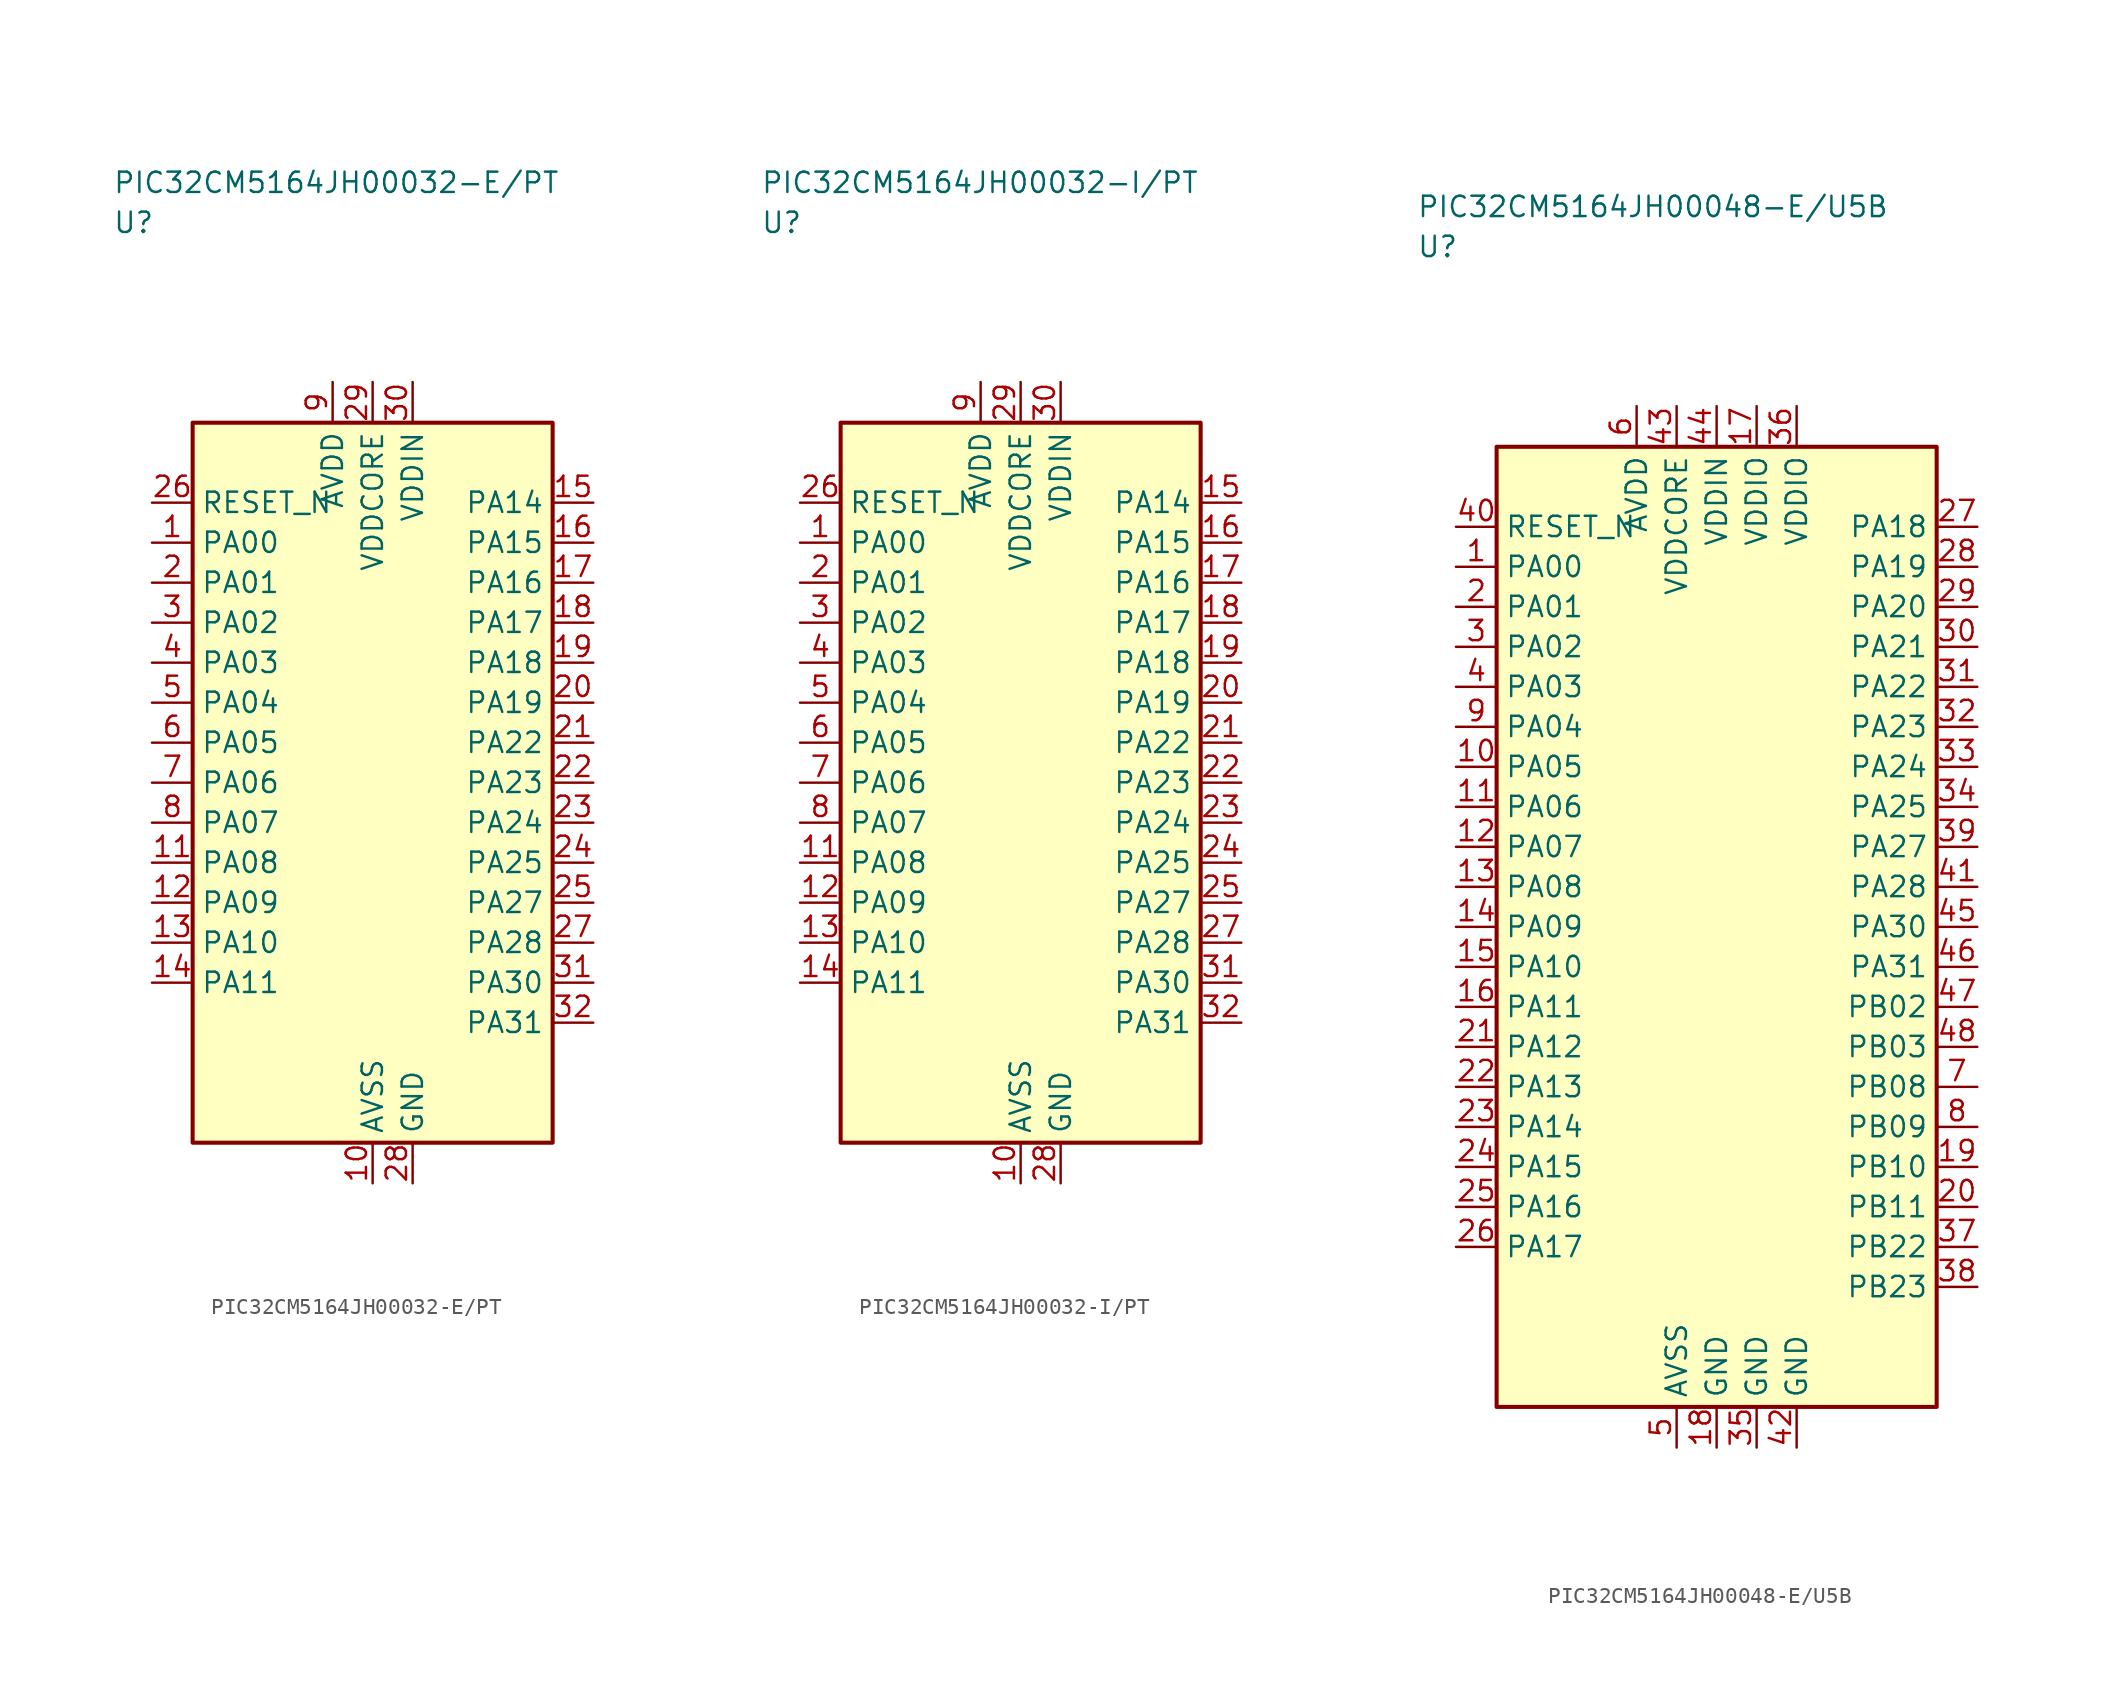
<source format=kicad_sym>
(kicad_symbol_lib
  (version 20241025)
  (generator "kicad_symbol_editor")
  (generator_version "8.0")
  (symbol "PIC32CM5164JH00032-E/PT"
    (property "Reference" "U"
      (at -16.25 35.0 0)
      (effects (font (size 1.27 1.27)) (justify left)))
    (property "Value" "PIC32CM5164JH00032-E/PT"
      (at -16.25 37.5 0)
      (effects (font (size 1.27 1.27)) (justify left)))
    (symbol "PIC32CM5164JH00032-E/PT_0_1"
      (rectangle (start -11.25 22.5) (end 11.25 -22.5) (stroke (width 0.254) (type default)) (fill (type background))))
    (symbol "PIC32CM5164JH00032-E/PT_1_1"
      (pin bidirectional line (at -13.79 15.0 0.0) (length 2.54) (name "PA00" (effects (font (size 1.27 1.27)))) (number "1" (effects (font (size 1.27 1.27)))))
      (pin bidirectional line (at -13.79 12.5 0.0) (length 2.54) (name "PA01" (effects (font (size 1.27 1.27)))) (number "2" (effects (font (size 1.27 1.27)))))
      (pin bidirectional line (at -13.79 10.0 0.0) (length 2.54) (name "PA02" (effects (font (size 1.27 1.27)))) (number "3" (effects (font (size 1.27 1.27)))))
      (pin bidirectional line (at -13.79 7.5 0.0) (length 2.54) (name "PA03" (effects (font (size 1.27 1.27)))) (number "4" (effects (font (size 1.27 1.27)))))
      (pin bidirectional line (at -13.79 5.0 0.0) (length 2.54) (name "PA04" (effects (font (size 1.27 1.27)))) (number "5" (effects (font (size 1.27 1.27)))))
      (pin bidirectional line (at -13.79 2.5 0.0) (length 2.54) (name "PA05" (effects (font (size 1.27 1.27)))) (number "6" (effects (font (size 1.27 1.27)))))
      (pin bidirectional line (at -13.79 0.0 0.0) (length 2.54) (name "PA06" (effects (font (size 1.27 1.27)))) (number "7" (effects (font (size 1.27 1.27)))))
      (pin bidirectional line (at -13.79 -2.5 0.0) (length 2.54) (name "PA07" (effects (font (size 1.27 1.27)))) (number "8" (effects (font (size 1.27 1.27)))))
      (pin power_in line (at -2.5 25.04 270.0) (length 2.54) (name "AVDD" (effects (font (size 1.27 1.27)))) (number "9" (effects (font (size 1.27 1.27)))))
      (pin passive line (at 0.0 -25.04 90.0) (length 2.54) (name "AVSS" (effects (font (size 1.27 1.27)))) (number "10" (effects (font (size 1.27 1.27)))))
      (pin bidirectional line (at -13.79 -5.0 0.0) (length 2.54) (name "PA08" (effects (font (size 1.27 1.27)))) (number "11" (effects (font (size 1.27 1.27)))))
      (pin bidirectional line (at -13.79 -7.5 0.0) (length 2.54) (name "PA09" (effects (font (size 1.27 1.27)))) (number "12" (effects (font (size 1.27 1.27)))))
      (pin bidirectional line (at -13.79 -10.0 0.0) (length 2.54) (name "PA10" (effects (font (size 1.27 1.27)))) (number "13" (effects (font (size 1.27 1.27)))))
      (pin bidirectional line (at -13.79 -12.5 0.0) (length 2.54) (name "PA11" (effects (font (size 1.27 1.27)))) (number "14" (effects (font (size 1.27 1.27)))))
      (pin bidirectional line (at 13.79 17.5 180.0) (length 2.54) (name "PA14" (effects (font (size 1.27 1.27)))) (number "15" (effects (font (size 1.27 1.27)))))
      (pin bidirectional line (at 13.79 15.0 180.0) (length 2.54) (name "PA15" (effects (font (size 1.27 1.27)))) (number "16" (effects (font (size 1.27 1.27)))))
      (pin bidirectional line (at 13.79 12.5 180.0) (length 2.54) (name "PA16" (effects (font (size 1.27 1.27)))) (number "17" (effects (font (size 1.27 1.27)))))
      (pin bidirectional line (at 13.79 10.0 180.0) (length 2.54) (name "PA17" (effects (font (size 1.27 1.27)))) (number "18" (effects (font (size 1.27 1.27)))))
      (pin bidirectional line (at 13.79 7.5 180.0) (length 2.54) (name "PA18" (effects (font (size 1.27 1.27)))) (number "19" (effects (font (size 1.27 1.27)))))
      (pin bidirectional line (at 13.79 5.0 180.0) (length 2.54) (name "PA19" (effects (font (size 1.27 1.27)))) (number "20" (effects (font (size 1.27 1.27)))))
      (pin bidirectional line (at 13.79 2.5 180.0) (length 2.54) (name "PA22" (effects (font (size 1.27 1.27)))) (number "21" (effects (font (size 1.27 1.27)))))
      (pin bidirectional line (at 13.79 0.0 180.0) (length 2.54) (name "PA23" (effects (font (size 1.27 1.27)))) (number "22" (effects (font (size 1.27 1.27)))))
      (pin bidirectional line (at 13.79 -2.5 180.0) (length 2.54) (name "PA24" (effects (font (size 1.27 1.27)))) (number "23" (effects (font (size 1.27 1.27)))))
      (pin bidirectional line (at 13.79 -5.0 180.0) (length 2.54) (name "PA25" (effects (font (size 1.27 1.27)))) (number "24" (effects (font (size 1.27 1.27)))))
      (pin bidirectional line (at 13.79 -7.5 180.0) (length 2.54) (name "PA27" (effects (font (size 1.27 1.27)))) (number "25" (effects (font (size 1.27 1.27)))))
      (pin input line (at -13.79 17.5 0.0) (length 2.54) (name "RESET_N" (effects (font (size 1.27 1.27)))) (number "26" (effects (font (size 1.27 1.27)))))
      (pin bidirectional line (at 13.79 -10.0 180.0) (length 2.54) (name "PA28" (effects (font (size 1.27 1.27)))) (number "27" (effects (font (size 1.27 1.27)))))
      (pin passive line (at 2.5 -25.04 90.0) (length 2.54) (name "GND" (effects (font (size 1.27 1.27)))) (number "28" (effects (font (size 1.27 1.27)))))
      (pin power_in line (at 0.0 25.04 270.0) (length 2.54) (name "VDDCORE" (effects (font (size 1.27 1.27)))) (number "29" (effects (font (size 1.27 1.27)))))
      (pin power_in line (at 2.5 25.04 270.0) (length 2.54) (name "VDDIN" (effects (font (size 1.27 1.27)))) (number "30" (effects (font (size 1.27 1.27)))))
      (pin bidirectional line (at 13.79 -12.5 180.0) (length 2.54) (name "PA30" (effects (font (size 1.27 1.27)))) (number "31" (effects (font (size 1.27 1.27)))))
      (pin bidirectional line (at 13.79 -15.0 180.0) (length 2.54) (name "PA31" (effects (font (size 1.27 1.27)))) (number "32" (effects (font (size 1.27 1.27)))))))
  (symbol "PIC32CM5164JH00032-I/PT"
    (property "Reference" "U"
      (at -16.25 35.0 0)
      (effects (font (size 1.27 1.27)) (justify left)))
    (property "Value" "PIC32CM5164JH00032-I/PT"
      (at -16.25 37.5 0)
      (effects (font (size 1.27 1.27)) (justify left)))
    (symbol "PIC32CM5164JH00032-I/PT_0_1"
      (rectangle (start -11.25 22.5) (end 11.25 -22.5) (stroke (width 0.254) (type default)) (fill (type background))))
    (symbol "PIC32CM5164JH00032-I/PT_1_1"
      (pin bidirectional line (at -13.79 15.0 0.0) (length 2.54) (name "PA00" (effects (font (size 1.27 1.27)))) (number "1" (effects (font (size 1.27 1.27)))))
      (pin bidirectional line (at -13.79 12.5 0.0) (length 2.54) (name "PA01" (effects (font (size 1.27 1.27)))) (number "2" (effects (font (size 1.27 1.27)))))
      (pin bidirectional line (at -13.79 10.0 0.0) (length 2.54) (name "PA02" (effects (font (size 1.27 1.27)))) (number "3" (effects (font (size 1.27 1.27)))))
      (pin bidirectional line (at -13.79 7.5 0.0) (length 2.54) (name "PA03" (effects (font (size 1.27 1.27)))) (number "4" (effects (font (size 1.27 1.27)))))
      (pin bidirectional line (at -13.79 5.0 0.0) (length 2.54) (name "PA04" (effects (font (size 1.27 1.27)))) (number "5" (effects (font (size 1.27 1.27)))))
      (pin bidirectional line (at -13.79 2.5 0.0) (length 2.54) (name "PA05" (effects (font (size 1.27 1.27)))) (number "6" (effects (font (size 1.27 1.27)))))
      (pin bidirectional line (at -13.79 0.0 0.0) (length 2.54) (name "PA06" (effects (font (size 1.27 1.27)))) (number "7" (effects (font (size 1.27 1.27)))))
      (pin bidirectional line (at -13.79 -2.5 0.0) (length 2.54) (name "PA07" (effects (font (size 1.27 1.27)))) (number "8" (effects (font (size 1.27 1.27)))))
      (pin power_in line (at -2.5 25.04 270.0) (length 2.54) (name "AVDD" (effects (font (size 1.27 1.27)))) (number "9" (effects (font (size 1.27 1.27)))))
      (pin passive line (at 0.0 -25.04 90.0) (length 2.54) (name "AVSS" (effects (font (size 1.27 1.27)))) (number "10" (effects (font (size 1.27 1.27)))))
      (pin bidirectional line (at -13.79 -5.0 0.0) (length 2.54) (name "PA08" (effects (font (size 1.27 1.27)))) (number "11" (effects (font (size 1.27 1.27)))))
      (pin bidirectional line (at -13.79 -7.5 0.0) (length 2.54) (name "PA09" (effects (font (size 1.27 1.27)))) (number "12" (effects (font (size 1.27 1.27)))))
      (pin bidirectional line (at -13.79 -10.0 0.0) (length 2.54) (name "PA10" (effects (font (size 1.27 1.27)))) (number "13" (effects (font (size 1.27 1.27)))))
      (pin bidirectional line (at -13.79 -12.5 0.0) (length 2.54) (name "PA11" (effects (font (size 1.27 1.27)))) (number "14" (effects (font (size 1.27 1.27)))))
      (pin bidirectional line (at 13.79 17.5 180.0) (length 2.54) (name "PA14" (effects (font (size 1.27 1.27)))) (number "15" (effects (font (size 1.27 1.27)))))
      (pin bidirectional line (at 13.79 15.0 180.0) (length 2.54) (name "PA15" (effects (font (size 1.27 1.27)))) (number "16" (effects (font (size 1.27 1.27)))))
      (pin bidirectional line (at 13.79 12.5 180.0) (length 2.54) (name "PA16" (effects (font (size 1.27 1.27)))) (number "17" (effects (font (size 1.27 1.27)))))
      (pin bidirectional line (at 13.79 10.0 180.0) (length 2.54) (name "PA17" (effects (font (size 1.27 1.27)))) (number "18" (effects (font (size 1.27 1.27)))))
      (pin bidirectional line (at 13.79 7.5 180.0) (length 2.54) (name "PA18" (effects (font (size 1.27 1.27)))) (number "19" (effects (font (size 1.27 1.27)))))
      (pin bidirectional line (at 13.79 5.0 180.0) (length 2.54) (name "PA19" (effects (font (size 1.27 1.27)))) (number "20" (effects (font (size 1.27 1.27)))))
      (pin bidirectional line (at 13.79 2.5 180.0) (length 2.54) (name "PA22" (effects (font (size 1.27 1.27)))) (number "21" (effects (font (size 1.27 1.27)))))
      (pin bidirectional line (at 13.79 0.0 180.0) (length 2.54) (name "PA23" (effects (font (size 1.27 1.27)))) (number "22" (effects (font (size 1.27 1.27)))))
      (pin bidirectional line (at 13.79 -2.5 180.0) (length 2.54) (name "PA24" (effects (font (size 1.27 1.27)))) (number "23" (effects (font (size 1.27 1.27)))))
      (pin bidirectional line (at 13.79 -5.0 180.0) (length 2.54) (name "PA25" (effects (font (size 1.27 1.27)))) (number "24" (effects (font (size 1.27 1.27)))))
      (pin bidirectional line (at 13.79 -7.5 180.0) (length 2.54) (name "PA27" (effects (font (size 1.27 1.27)))) (number "25" (effects (font (size 1.27 1.27)))))
      (pin input line (at -13.79 17.5 0.0) (length 2.54) (name "RESET_N" (effects (font (size 1.27 1.27)))) (number "26" (effects (font (size 1.27 1.27)))))
      (pin bidirectional line (at 13.79 -10.0 180.0) (length 2.54) (name "PA28" (effects (font (size 1.27 1.27)))) (number "27" (effects (font (size 1.27 1.27)))))
      (pin passive line (at 2.5 -25.04 90.0) (length 2.54) (name "GND" (effects (font (size 1.27 1.27)))) (number "28" (effects (font (size 1.27 1.27)))))
      (pin power_in line (at 0.0 25.04 270.0) (length 2.54) (name "VDDCORE" (effects (font (size 1.27 1.27)))) (number "29" (effects (font (size 1.27 1.27)))))
      (pin power_in line (at 2.5 25.04 270.0) (length 2.54) (name "VDDIN" (effects (font (size 1.27 1.27)))) (number "30" (effects (font (size 1.27 1.27)))))
      (pin bidirectional line (at 13.79 -12.5 180.0) (length 2.54) (name "PA30" (effects (font (size 1.27 1.27)))) (number "31" (effects (font (size 1.27 1.27)))))
      (pin bidirectional line (at 13.79 -15.0 180.0) (length 2.54) (name "PA31" (effects (font (size 1.27 1.27)))) (number "32" (effects (font (size 1.27 1.27)))))))
  (symbol "PIC32CM5164JH00048-E/U5B"
    (property "Reference" "U"
      (at -18.75 42.5 0)
      (effects (font (size 1.27 1.27)) (justify left)))
    (property "Value" "PIC32CM5164JH00048-E/U5B"
      (at -18.75 45.0 0)
      (effects (font (size 1.27 1.27)) (justify left)))
    (symbol "PIC32CM5164JH00048-E/U5B_0_1"
      (rectangle (start -13.75 30.0) (end 13.75 -30.0) (stroke (width 0.254) (type default)) (fill (type background))))
    (symbol "PIC32CM5164JH00048-E/U5B_1_1"
      (pin bidirectional line (at -16.29 22.5 0.0) (length 2.54) (name "PA00" (effects (font (size 1.27 1.27)))) (number "1" (effects (font (size 1.27 1.27)))))
      (pin bidirectional line (at -16.29 20.0 0.0) (length 2.54) (name "PA01" (effects (font (size 1.27 1.27)))) (number "2" (effects (font (size 1.27 1.27)))))
      (pin bidirectional line (at -16.29 17.5 0.0) (length 2.54) (name "PA02" (effects (font (size 1.27 1.27)))) (number "3" (effects (font (size 1.27 1.27)))))
      (pin bidirectional line (at -16.29 15.0 0.0) (length 2.54) (name "PA03" (effects (font (size 1.27 1.27)))) (number "4" (effects (font (size 1.27 1.27)))))
      (pin passive line (at -2.5 -32.54 90.0) (length 2.54) (name "AVSS" (effects (font (size 1.27 1.27)))) (number "5" (effects (font (size 1.27 1.27)))))
      (pin power_in line (at -5.0 32.54 270.0) (length 2.54) (name "AVDD" (effects (font (size 1.27 1.27)))) (number "6" (effects (font (size 1.27 1.27)))))
      (pin bidirectional line (at 16.29 -10.0 180.0) (length 2.54) (name "PB08" (effects (font (size 1.27 1.27)))) (number "7" (effects (font (size 1.27 1.27)))))
      (pin bidirectional line (at 16.29 -12.5 180.0) (length 2.54) (name "PB09" (effects (font (size 1.27 1.27)))) (number "8" (effects (font (size 1.27 1.27)))))
      (pin bidirectional line (at -16.29 12.5 0.0) (length 2.54) (name "PA04" (effects (font (size 1.27 1.27)))) (number "9" (effects (font (size 1.27 1.27)))))
      (pin bidirectional line (at -16.29 10.0 0.0) (length 2.54) (name "PA05" (effects (font (size 1.27 1.27)))) (number "10" (effects (font (size 1.27 1.27)))))
      (pin bidirectional line (at -16.29 7.5 0.0) (length 2.54) (name "PA06" (effects (font (size 1.27 1.27)))) (number "11" (effects (font (size 1.27 1.27)))))
      (pin bidirectional line (at -16.29 5.0 0.0) (length 2.54) (name "PA07" (effects (font (size 1.27 1.27)))) (number "12" (effects (font (size 1.27 1.27)))))
      (pin bidirectional line (at -16.29 2.5 0.0) (length 2.54) (name "PA08" (effects (font (size 1.27 1.27)))) (number "13" (effects (font (size 1.27 1.27)))))
      (pin bidirectional line (at -16.29 0.0 0.0) (length 2.54) (name "PA09" (effects (font (size 1.27 1.27)))) (number "14" (effects (font (size 1.27 1.27)))))
      (pin bidirectional line (at -16.29 -2.5 0.0) (length 2.54) (name "PA10" (effects (font (size 1.27 1.27)))) (number "15" (effects (font (size 1.27 1.27)))))
      (pin bidirectional line (at -16.29 -5.0 0.0) (length 2.54) (name "PA11" (effects (font (size 1.27 1.27)))) (number "16" (effects (font (size 1.27 1.27)))))
      (pin power_in line (at 2.5 32.54 270.0) (length 2.54) (name "VDDIO" (effects (font (size 1.27 1.27)))) (number "17" (effects (font (size 1.27 1.27)))))
      (pin passive line (at 0.0 -32.54 90.0) (length 2.54) (name "GND" (effects (font (size 1.27 1.27)))) (number "18" (effects (font (size 1.27 1.27)))))
      (pin bidirectional line (at 16.29 -15.0 180.0) (length 2.54) (name "PB10" (effects (font (size 1.27 1.27)))) (number "19" (effects (font (size 1.27 1.27)))))
      (pin bidirectional line (at 16.29 -17.5 180.0) (length 2.54) (name "PB11" (effects (font (size 1.27 1.27)))) (number "20" (effects (font (size 1.27 1.27)))))
      (pin bidirectional line (at -16.29 -7.5 0.0) (length 2.54) (name "PA12" (effects (font (size 1.27 1.27)))) (number "21" (effects (font (size 1.27 1.27)))))
      (pin bidirectional line (at -16.29 -10.0 0.0) (length 2.54) (name "PA13" (effects (font (size 1.27 1.27)))) (number "22" (effects (font (size 1.27 1.27)))))
      (pin bidirectional line (at -16.29 -12.5 0.0) (length 2.54) (name "PA14" (effects (font (size 1.27 1.27)))) (number "23" (effects (font (size 1.27 1.27)))))
      (pin bidirectional line (at -16.29 -15.0 0.0) (length 2.54) (name "PA15" (effects (font (size 1.27 1.27)))) (number "24" (effects (font (size 1.27 1.27)))))
      (pin bidirectional line (at -16.29 -17.5 0.0) (length 2.54) (name "PA16" (effects (font (size 1.27 1.27)))) (number "25" (effects (font (size 1.27 1.27)))))
      (pin bidirectional line (at -16.29 -20.0 0.0) (length 2.54) (name "PA17" (effects (font (size 1.27 1.27)))) (number "26" (effects (font (size 1.27 1.27)))))
      (pin bidirectional line (at 16.29 25.0 180.0) (length 2.54) (name "PA18" (effects (font (size 1.27 1.27)))) (number "27" (effects (font (size 1.27 1.27)))))
      (pin bidirectional line (at 16.29 22.5 180.0) (length 2.54) (name "PA19" (effects (font (size 1.27 1.27)))) (number "28" (effects (font (size 1.27 1.27)))))
      (pin bidirectional line (at 16.29 20.0 180.0) (length 2.54) (name "PA20" (effects (font (size 1.27 1.27)))) (number "29" (effects (font (size 1.27 1.27)))))
      (pin bidirectional line (at 16.29 17.5 180.0) (length 2.54) (name "PA21" (effects (font (size 1.27 1.27)))) (number "30" (effects (font (size 1.27 1.27)))))
      (pin bidirectional line (at 16.29 15.0 180.0) (length 2.54) (name "PA22" (effects (font (size 1.27 1.27)))) (number "31" (effects (font (size 1.27 1.27)))))
      (pin bidirectional line (at 16.29 12.5 180.0) (length 2.54) (name "PA23" (effects (font (size 1.27 1.27)))) (number "32" (effects (font (size 1.27 1.27)))))
      (pin bidirectional line (at 16.29 10.0 180.0) (length 2.54) (name "PA24" (effects (font (size 1.27 1.27)))) (number "33" (effects (font (size 1.27 1.27)))))
      (pin bidirectional line (at 16.29 7.5 180.0) (length 2.54) (name "PA25" (effects (font (size 1.27 1.27)))) (number "34" (effects (font (size 1.27 1.27)))))
      (pin passive line (at 2.5 -32.54 90.0) (length 2.54) (name "GND" (effects (font (size 1.27 1.27)))) (number "35" (effects (font (size 1.27 1.27)))))
      (pin power_in line (at 5.0 32.54 270.0) (length 2.54) (name "VDDIO" (effects (font (size 1.27 1.27)))) (number "36" (effects (font (size 1.27 1.27)))))
      (pin bidirectional line (at 16.29 -20.0 180.0) (length 2.54) (name "PB22" (effects (font (size 1.27 1.27)))) (number "37" (effects (font (size 1.27 1.27)))))
      (pin bidirectional line (at 16.29 -22.5 180.0) (length 2.54) (name "PB23" (effects (font (size 1.27 1.27)))) (number "38" (effects (font (size 1.27 1.27)))))
      (pin bidirectional line (at 16.29 5.0 180.0) (length 2.54) (name "PA27" (effects (font (size 1.27 1.27)))) (number "39" (effects (font (size 1.27 1.27)))))
      (pin input line (at -16.29 25.0 0.0) (length 2.54) (name "RESET_N" (effects (font (size 1.27 1.27)))) (number "40" (effects (font (size 1.27 1.27)))))
      (pin bidirectional line (at 16.29 2.5 180.0) (length 2.54) (name "PA28" (effects (font (size 1.27 1.27)))) (number "41" (effects (font (size 1.27 1.27)))))
      (pin passive line (at 5.0 -32.54 90.0) (length 2.54) (name "GND" (effects (font (size 1.27 1.27)))) (number "42" (effects (font (size 1.27 1.27)))))
      (pin power_in line (at -2.5 32.54 270.0) (length 2.54) (name "VDDCORE" (effects (font (size 1.27 1.27)))) (number "43" (effects (font (size 1.27 1.27)))))
      (pin power_in line (at 0.0 32.54 270.0) (length 2.54) (name "VDDIN" (effects (font (size 1.27 1.27)))) (number "44" (effects (font (size 1.27 1.27)))))
      (pin bidirectional line (at 16.29 0.0 180.0) (length 2.54) (name "PA30" (effects (font (size 1.27 1.27)))) (number "45" (effects (font (size 1.27 1.27)))))
      (pin bidirectional line (at 16.29 -2.5 180.0) (length 2.54) (name "PA31" (effects (font (size 1.27 1.27)))) (number "46" (effects (font (size 1.27 1.27)))))
      (pin bidirectional line (at 16.29 -5.0 180.0) (length 2.54) (name "PB02" (effects (font (size 1.27 1.27)))) (number "47" (effects (font (size 1.27 1.27)))))
      (pin bidirectional line (at 16.29 -7.5 180.0) (length 2.54) (name "PB03" (effects (font (size 1.27 1.27)))) (number "48" (effects (font (size 1.27 1.27))))))))
</source>
